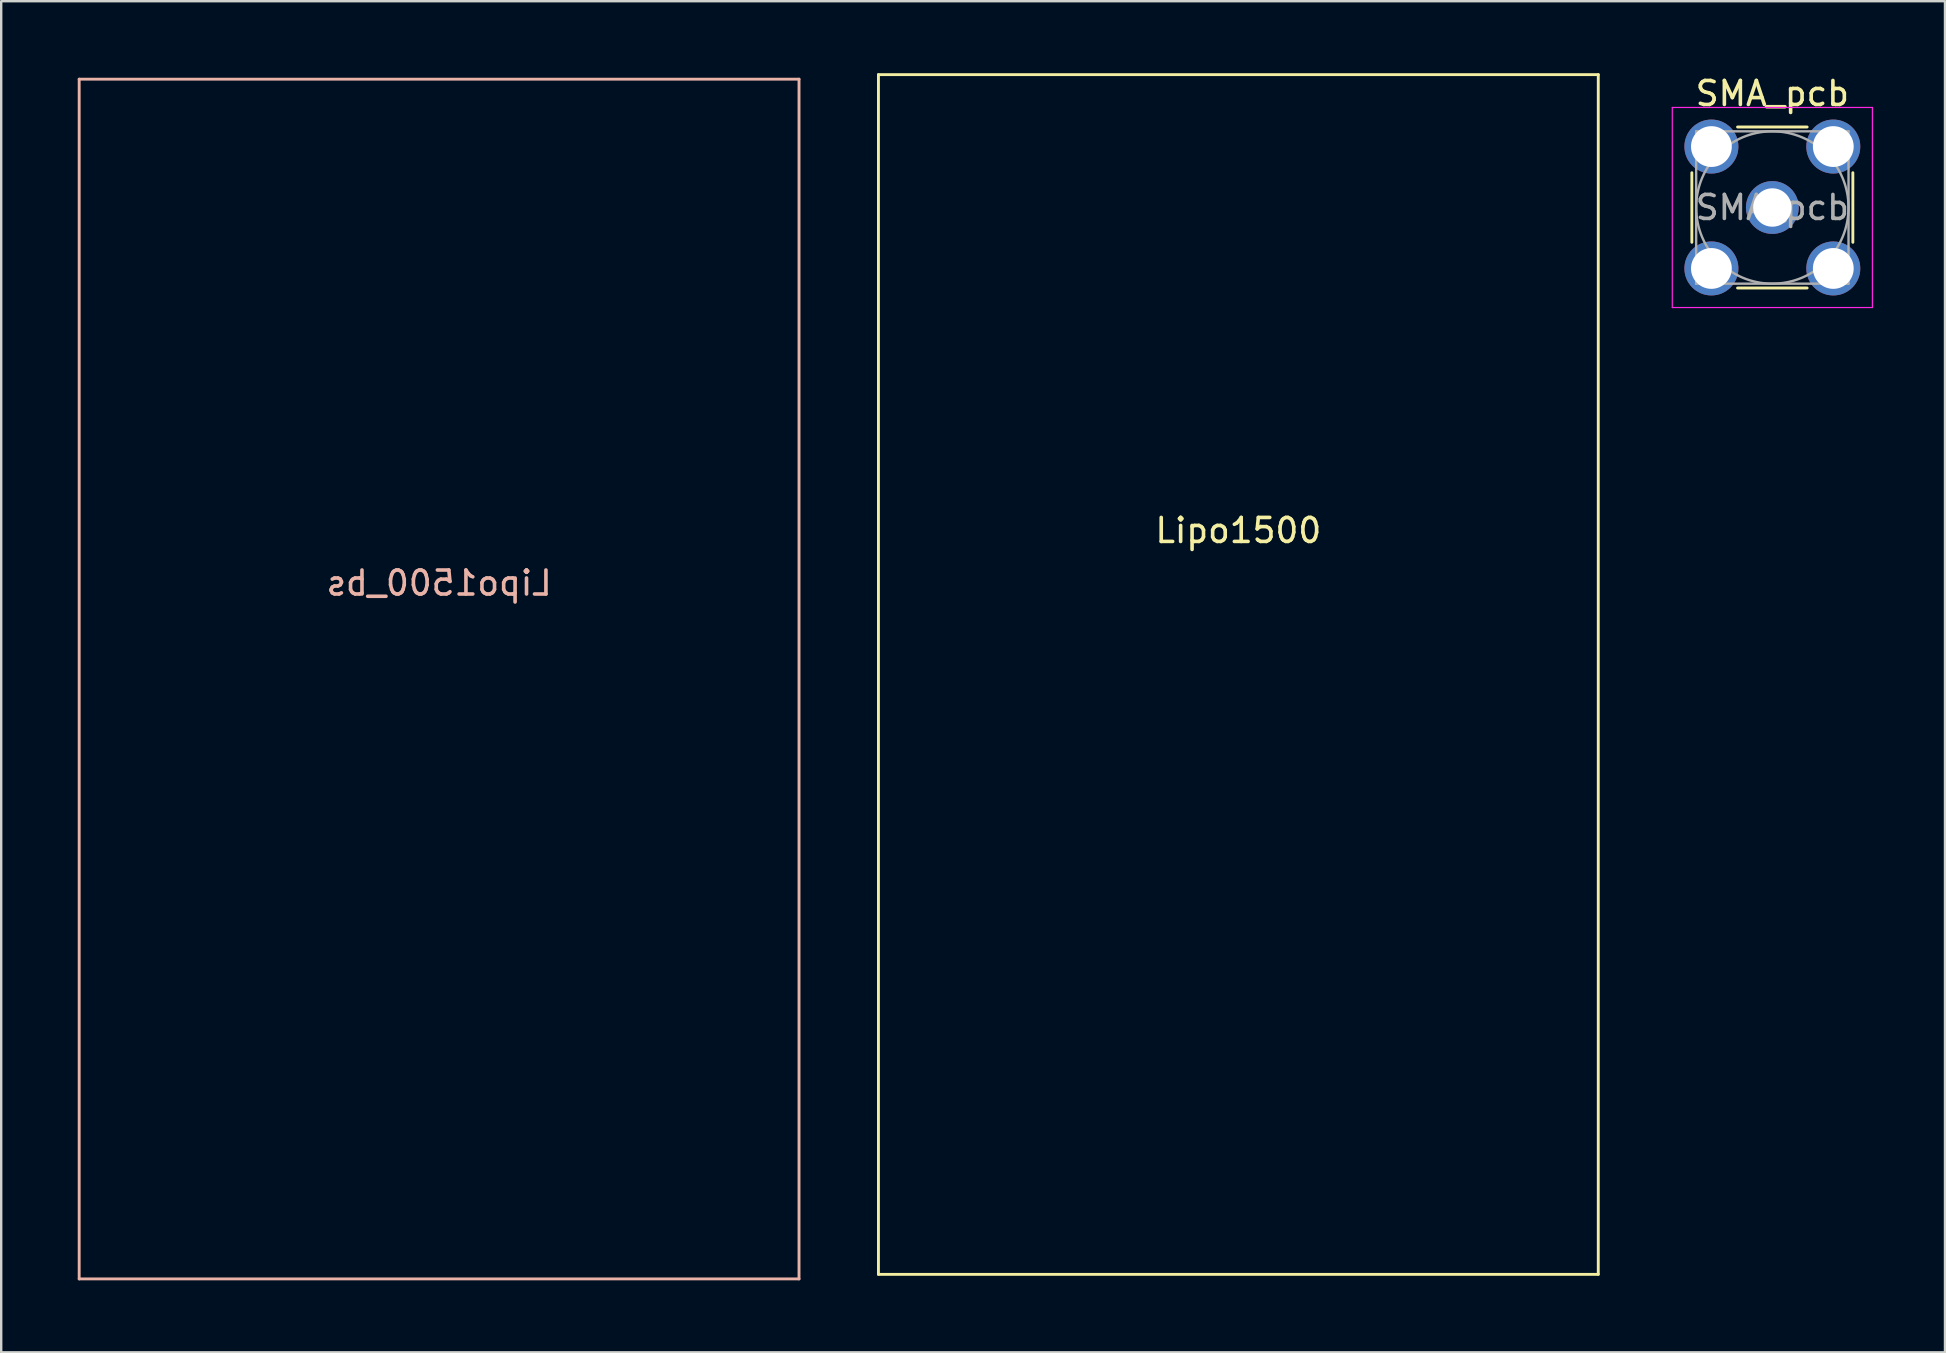
<source format=kicad_pcb>
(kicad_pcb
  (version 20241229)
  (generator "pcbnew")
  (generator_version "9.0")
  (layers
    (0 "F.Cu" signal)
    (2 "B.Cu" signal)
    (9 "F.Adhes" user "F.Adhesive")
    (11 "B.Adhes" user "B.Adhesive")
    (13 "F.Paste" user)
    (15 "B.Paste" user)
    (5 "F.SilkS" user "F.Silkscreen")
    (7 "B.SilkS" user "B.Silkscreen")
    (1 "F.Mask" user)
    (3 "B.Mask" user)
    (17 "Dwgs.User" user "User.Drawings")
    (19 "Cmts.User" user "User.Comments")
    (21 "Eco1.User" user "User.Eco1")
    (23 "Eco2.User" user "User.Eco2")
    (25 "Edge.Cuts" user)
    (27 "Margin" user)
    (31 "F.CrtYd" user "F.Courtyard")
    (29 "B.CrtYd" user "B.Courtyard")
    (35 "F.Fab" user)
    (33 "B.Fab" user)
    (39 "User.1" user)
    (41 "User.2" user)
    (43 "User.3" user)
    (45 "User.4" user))
  (footprint "Lipo1500_bs"
    (layer "F.Cu")
    (at 0.25 0.25)
    (property "Reference" "Lipo1500_bs" (at 15 21 0) (layer "B.SilkS") (effects (font (size 1 1) (thickness 0.15)) (justify mirror)))
    (attr through_hole)
    (fp_line (start 0 0) (end 0 50) (stroke (width 0.12) (type solid)) (layer "B.SilkS"))
    (fp_line (start 0 50) (end 30 50) (stroke (width 0.12) (type solid)) (layer "B.SilkS"))
    (fp_line (start 30 0) (end 0 0) (stroke (width 0.12) (type solid)) (layer "B.SilkS"))
    (fp_line (start 30 50) (end 30 0) (stroke (width 0.12) (type solid)) (layer "B.SilkS")))
  (footprint "SMA_pcb"
    (layer "F.Cu")
    (at 70.815 5.598)
    (property "Reference" "SMA_pcb" (at 0 -4.75 0) (layer "F.SilkS") (effects (font (size 1 1) (thickness 0.15))))
    (attr through_hole)
    (fp_line (start -3.355 -1.45) (end -3.355 1.45) (stroke (width 0.12) (type solid)) (layer "F.SilkS"))
    (fp_line (start -1.45 -3.355) (end 1.45 -3.355) (stroke (width 0.12) (type solid)) (layer "F.SilkS"))
    (fp_line (start -1.45 3.355) (end 1.45 3.355) (stroke (width 0.12) (type solid)) (layer "F.SilkS"))
    (fp_line (start 3.355 -1.45) (end 3.355 1.45) (stroke (width 0.12) (type solid)) (layer "F.SilkS"))
    (fp_line (start -4.17 -4.17) (end -4.17 4.17) (stroke (width 0.05) (type solid)) (layer "F.CrtYd"))
    (fp_line (start -4.17 -4.17) (end 4.17 -4.17) (stroke (width 0.05) (type solid)) (layer "F.CrtYd"))
    (fp_line (start 4.17 4.17) (end -4.17 4.17) (stroke (width 0.05) (type solid)) (layer "F.CrtYd"))
    (fp_line (start 4.17 4.17) (end 4.17 -4.17) (stroke (width 0.05) (type solid)) (layer "F.CrtYd"))
    (fp_line (start -3.175 -3.175) (end -3.175 3.175) (stroke (width 0.1) (type solid)) (layer "F.Fab"))
    (fp_line (start -3.175 -3.175) (end 3.175 -3.175) (stroke (width 0.1) (type solid)) (layer "F.Fab"))
    (fp_line (start -3.175 3.175) (end 3.175 3.175) (stroke (width 0.1) (type solid)) (layer "F.Fab"))
    (fp_line (start 3.175 -3.175) (end 3.175 3.175) (stroke (width 0.1) (type solid)) (layer "F.Fab"))
    (fp_circle (center 0 0) (end 3.175 0) (stroke (width 0.1) (type solid)) (fill no) (layer "F.Fab"))
    (fp_text user "${REFERENCE}" (at 0 0 0) (layer "F.Fab") (effects (font (size 1 1) (thickness 0.15))))
    (pad "1" thru_hole circle (at 0 0) (size 2.2 2.2) (drill 1.6) (layers "*.Cu" "*.Mask"))
    (pad "2" thru_hole circle (at -2.54 -2.54) (size 2.25 2.25) (drill 1.7) (layers "*.Cu" "*.Mask"))
    (pad "2" thru_hole circle (at -2.54 2.54) (size 2.25 2.25) (drill 1.7) (layers "*.Cu" "*.Mask"))
    (pad "2" thru_hole circle (at 2.54 -2.54) (size 2.25 2.25) (drill 1.7) (layers "*.Cu" "*.Mask"))
    (pad "2" thru_hole circle (at 2.54 2.54) (size 2.25 2.25) (drill 1.7) (layers "*.Cu" "*.Mask")))
  (footprint "Lipo1500"
    (layer "F.Cu")
    (at 33.56 50.06)
    (property "Reference" "Lipo1500" (at 15 -31 0) (layer "F.SilkS") (effects (font (size 1 1) (thickness 0.15))))
    (attr through_hole)
    (fp_line (start 0 -50) (end 30 -50) (stroke (width 0.12) (type solid)) (layer "F.SilkS"))
    (fp_line (start 0 0) (end 0 -50) (stroke (width 0.12) (type solid)) (layer "F.SilkS"))
    (fp_line (start 30 -50) (end 30 0) (stroke (width 0.12) (type solid)) (layer "F.SilkS"))
    (fp_line (start 30 0) (end 0 0) (stroke (width 0.12) (type solid)) (layer "F.SilkS")))
  (gr_rect
    (start -3 -3)
    (end 78.01 53.31)
    (stroke (width 0.1) (type default))
    (fill no)
    (layer "Edge.Cuts")))
</source>
